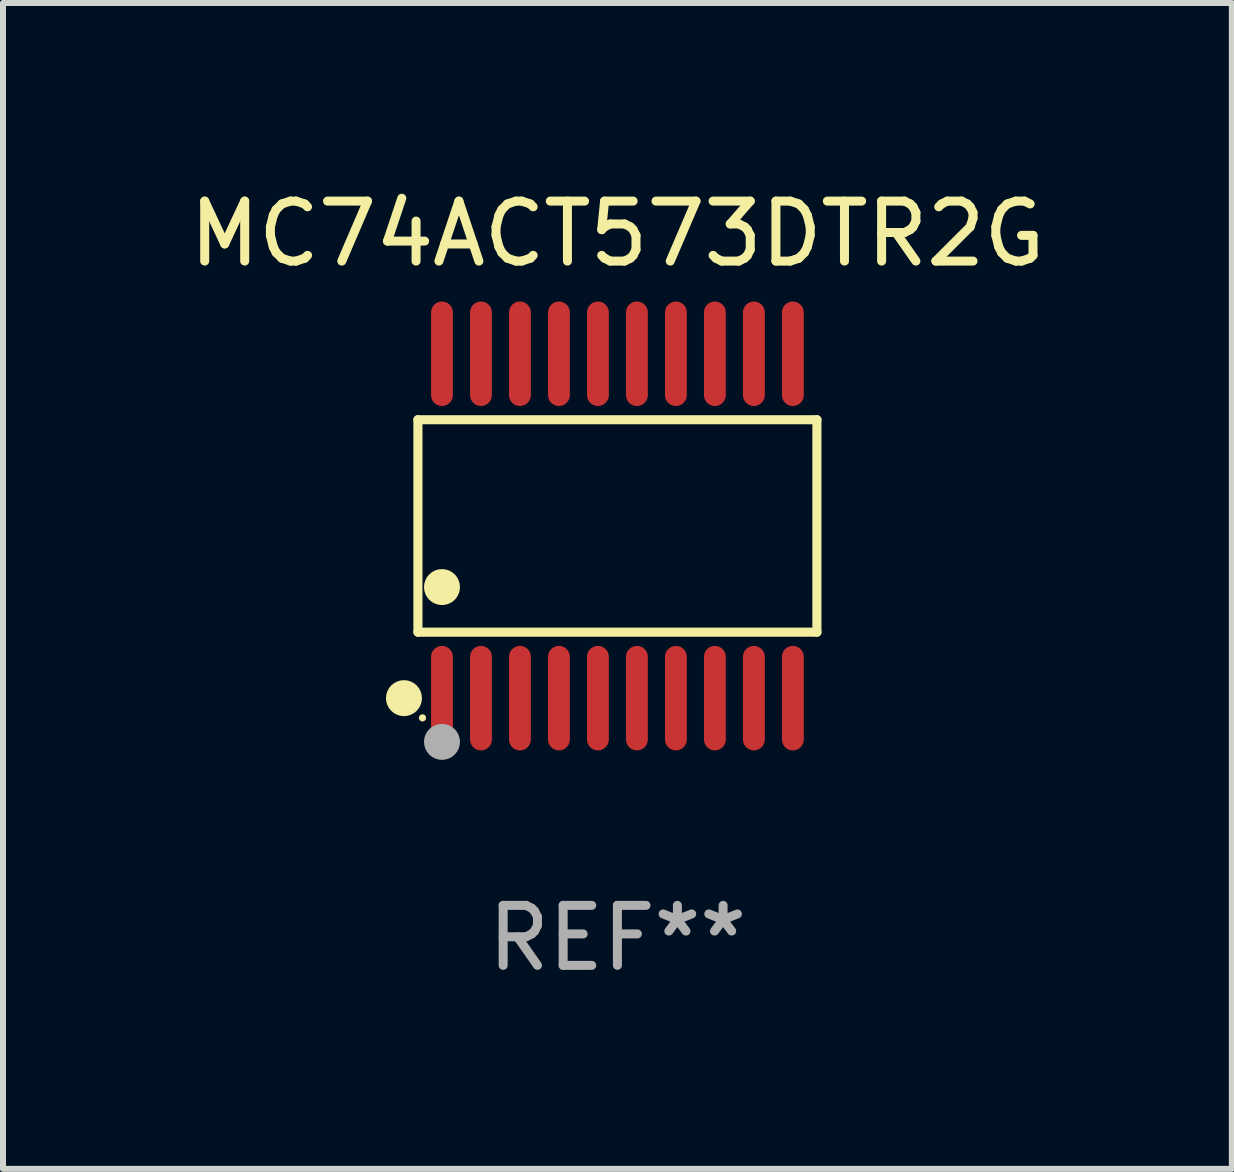
<source format=kicad_pcb>
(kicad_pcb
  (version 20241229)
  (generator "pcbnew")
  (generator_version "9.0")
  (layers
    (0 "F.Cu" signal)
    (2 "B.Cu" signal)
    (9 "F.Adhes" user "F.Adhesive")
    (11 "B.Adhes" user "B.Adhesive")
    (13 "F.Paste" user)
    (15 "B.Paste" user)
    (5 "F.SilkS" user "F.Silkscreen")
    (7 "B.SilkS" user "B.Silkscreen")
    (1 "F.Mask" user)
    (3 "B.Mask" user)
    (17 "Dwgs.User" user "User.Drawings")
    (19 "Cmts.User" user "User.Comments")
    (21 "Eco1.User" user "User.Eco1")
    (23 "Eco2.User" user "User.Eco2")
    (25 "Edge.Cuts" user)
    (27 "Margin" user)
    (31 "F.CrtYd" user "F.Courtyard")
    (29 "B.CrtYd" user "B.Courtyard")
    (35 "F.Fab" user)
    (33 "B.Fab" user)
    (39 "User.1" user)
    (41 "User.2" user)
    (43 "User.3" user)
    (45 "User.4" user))
  (footprint "MC74ACT573DTR2G"
    (layer "F.Cu")
    (at 7.244 5.719)
    (property "Reference" "MC74ACT573DTR2G" (at 0 -4.871 0) (layer "F.SilkS") (effects (font (size 1 1) (thickness 0.15))))
    (attr through_hole)
    (fp_line (start -3.326 -1.771) (end 3.326 -1.771) (stroke (width 0.152) (type solid)) (layer "F.SilkS"))
    (fp_line (start -3.326 1.771) (end -3.326 -1.771) (stroke (width 0.152) (type solid)) (layer "F.SilkS"))
    (fp_line (start 3.326 -1.771) (end 3.326 1.771) (stroke (width 0.152) (type solid)) (layer "F.SilkS"))
    (fp_line (start 3.326 1.771) (end -3.326 1.771) (stroke (width 0.152) (type solid)) (layer "F.SilkS"))
    (fp_circle (center -3.559 2.871) (end -3.409 2.871) (stroke (width 0.3) (type solid)) (fill no) (layer "F.SilkS"))
    (fp_circle (center -3.25 3.2) (end -3.22 3.2) (stroke (width 0.06) (type solid)) (fill no) (layer "F.SilkS"))
    (fp_circle (center -2.925 1.019) (end -2.775 1.019) (stroke (width 0.3) (type solid)) (fill no) (layer "F.SilkS"))
    (fp_circle (center -2.925 3.6) (end -2.775 3.6) (stroke (width 0.3) (type solid)) (fill no) (layer "F.Fab"))
    (fp_text user "REF**" (at 0 6.871 0) (layer "F.Fab") (effects (font (size 1 1) (thickness 0.15))))
    (pad "1" smd oval (at -2.925 2.871) (size 0.364 1.742) (layers "F.Cu" "F.Mask" "F.Paste"))
    (pad "2" smd oval (at -2.275 2.871) (size 0.364 1.742) (layers "F.Cu" "F.Mask" "F.Paste"))
    (pad "3" smd oval (at -1.625 2.871) (size 0.364 1.742) (layers "F.Cu" "F.Mask" "F.Paste"))
    (pad "4" smd oval (at -0.975 2.871) (size 0.364 1.742) (layers "F.Cu" "F.Mask" "F.Paste"))
    (pad "5" smd oval (at -0.325 2.871) (size 0.364 1.742) (layers "F.Cu" "F.Mask" "F.Paste"))
    (pad "6" smd oval (at 0.325 2.871) (size 0.364 1.742) (layers "F.Cu" "F.Mask" "F.Paste"))
    (pad "7" smd oval (at 0.975 2.871) (size 0.364 1.742) (layers "F.Cu" "F.Mask" "F.Paste"))
    (pad "8" smd oval (at 1.625 2.871) (size 0.364 1.742) (layers "F.Cu" "F.Mask" "F.Paste"))
    (pad "9" smd oval (at 2.275 2.871) (size 0.364 1.742) (layers "F.Cu" "F.Mask" "F.Paste"))
    (pad "10" smd oval (at 2.925 2.871) (size 0.364 1.742) (layers "F.Cu" "F.Mask" "F.Paste"))
    (pad "11" smd oval (at 2.925 -2.871) (size 0.364 1.742) (layers "F.Cu" "F.Mask" "F.Paste"))
    (pad "12" smd oval (at 2.275 -2.871) (size 0.364 1.742) (layers "F.Cu" "F.Mask" "F.Paste"))
    (pad "13" smd oval (at 1.625 -2.871) (size 0.364 1.742) (layers "F.Cu" "F.Mask" "F.Paste"))
    (pad "14" smd oval (at 0.975 -2.871) (size 0.364 1.742) (layers "F.Cu" "F.Mask" "F.Paste"))
    (pad "15" smd oval (at 0.325 -2.871) (size 0.364 1.742) (layers "F.Cu" "F.Mask" "F.Paste"))
    (pad "16" smd oval (at -0.325 -2.871) (size 0.364 1.742) (layers "F.Cu" "F.Mask" "F.Paste"))
    (pad "17" smd oval (at -0.975 -2.871) (size 0.364 1.742) (layers "F.Cu" "F.Mask" "F.Paste"))
    (pad "18" smd oval (at -1.625 -2.871) (size 0.364 1.742) (layers "F.Cu" "F.Mask" "F.Paste"))
    (pad "19" smd oval (at -2.275 -2.871) (size 0.364 1.742) (layers "F.Cu" "F.Mask" "F.Paste"))
    (pad "20" smd oval (at -2.925 -2.871) (size 0.364 1.742) (layers "F.Cu" "F.Mask" "F.Paste")))
  (gr_rect
    (start -3 -3)
    (end 17.488 16.438)
    (stroke (width 0.1) (type default))
    (fill no)
    (layer "Edge.Cuts")))
</source>
